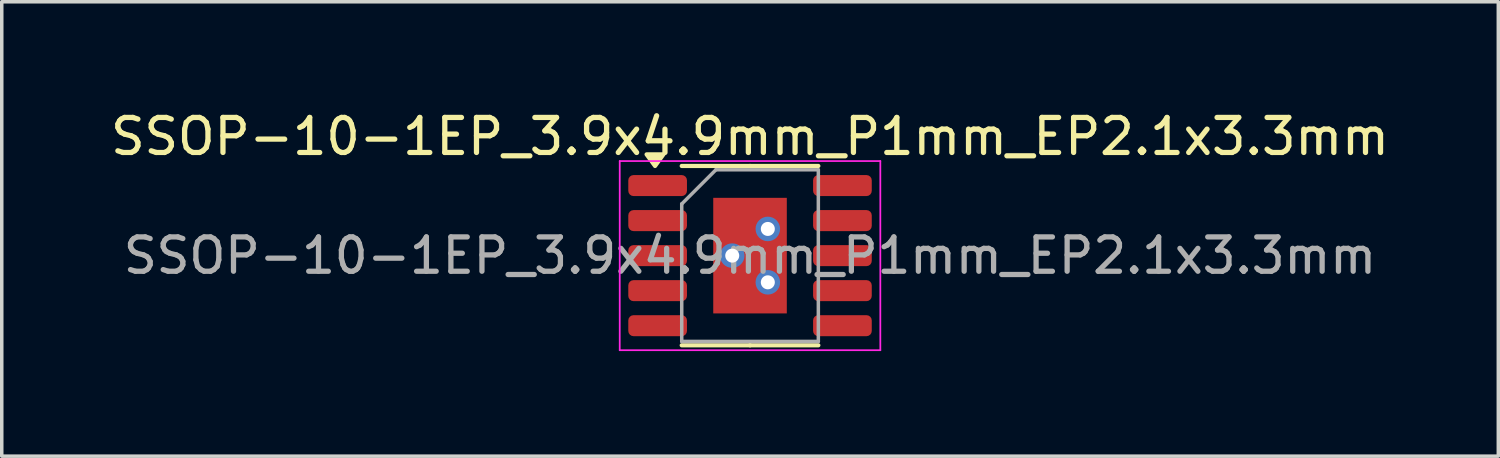
<source format=kicad_pcb>
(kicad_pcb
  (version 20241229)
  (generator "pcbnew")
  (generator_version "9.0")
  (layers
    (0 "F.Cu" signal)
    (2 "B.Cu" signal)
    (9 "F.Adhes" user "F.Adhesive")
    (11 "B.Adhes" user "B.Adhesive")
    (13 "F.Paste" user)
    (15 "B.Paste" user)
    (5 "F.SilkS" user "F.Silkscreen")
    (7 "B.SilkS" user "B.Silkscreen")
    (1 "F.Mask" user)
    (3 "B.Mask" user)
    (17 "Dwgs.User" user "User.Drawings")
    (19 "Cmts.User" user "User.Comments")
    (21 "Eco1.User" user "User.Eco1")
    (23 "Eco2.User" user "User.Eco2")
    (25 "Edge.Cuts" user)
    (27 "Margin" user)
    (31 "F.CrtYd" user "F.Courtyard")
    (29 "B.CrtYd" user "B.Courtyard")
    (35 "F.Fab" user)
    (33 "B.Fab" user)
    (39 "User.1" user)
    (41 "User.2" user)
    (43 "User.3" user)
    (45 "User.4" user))
  (footprint "SSOP-10-1EP_3.9x4.9mm_P1mm_EP2.1x3.3mm"
    (layer "F.Cu")
    (at 18.363 4.248)
    (property "Reference" "SSOP-10-1EP_3.9x4.9mm_P1mm_EP2.1x3.3mm" (at 0 -3.4 0) (layer "F.SilkS") (effects (font (size 1 1) (thickness 0.15))))
    (attr smd)
    (fp_line (start 0 -2.56) (end -1.95 -2.56) (stroke (width 0.12) (type solid)) (layer "F.SilkS"))
    (fp_line (start 0 -2.56) (end 1.95 -2.56) (stroke (width 0.12) (type solid)) (layer "F.SilkS"))
    (fp_line (start 0 2.56) (end -1.95 2.56) (stroke (width 0.12) (type solid)) (layer "F.SilkS"))
    (fp_line (start 0 2.56) (end 1.95 2.56) (stroke (width 0.12) (type solid)) (layer "F.SilkS"))
    (fp_poly (pts (xy -2.712 -2.56) (xy -2.953 -2.89) (xy -2.473 -2.89) (xy -2.712 -2.56)) (stroke (width 0.12) (type solid)) (fill yes) (layer "F.SilkS"))
    (fp_line (start -3.72 -2.7) (end -3.72 2.7) (stroke (width 0.05) (type solid)) (layer "F.CrtYd"))
    (fp_line (start -3.72 2.7) (end 3.72 2.7) (stroke (width 0.05) (type solid)) (layer "F.CrtYd"))
    (fp_line (start 3.72 -2.7) (end -3.72 -2.7) (stroke (width 0.05) (type solid)) (layer "F.CrtYd"))
    (fp_line (start 3.72 2.7) (end 3.72 -2.7) (stroke (width 0.05) (type solid)) (layer "F.CrtYd"))
    (fp_line (start -1.95 -1.475) (end -0.975 -2.45) (stroke (width 0.1) (type solid)) (layer "F.Fab"))
    (fp_line (start -1.95 2.45) (end -1.95 -1.475) (stroke (width 0.1) (type solid)) (layer "F.Fab"))
    (fp_line (start -0.975 -2.45) (end 1.95 -2.45) (stroke (width 0.1) (type solid)) (layer "F.Fab"))
    (fp_line (start 1.95 -2.45) (end 1.95 2.45) (stroke (width 0.1) (type solid)) (layer "F.Fab"))
    (fp_line (start 1.95 2.45) (end -1.95 2.45) (stroke (width 0.1) (type solid)) (layer "F.Fab"))
    (fp_text user "${REFERENCE}" (at 0 0 0) (layer "F.Fab") (effects (font (size 0.98 0.98) (thickness 0.15))))
    (pad "" smd roundrect (at 0 0) (size 1.69 2.66) (layers "F.Paste") (roundrect_rratio 0.148))
    (pad "1" smd roundrect (at -2.638 -2) (size 1.675 0.6) (layers "F.Cu" "F.Mask" "F.Paste") (roundrect_rratio 0.25))
    (pad "2" smd roundrect (at -2.638 -1) (size 1.675 0.6) (layers "F.Cu" "F.Mask" "F.Paste") (roundrect_rratio 0.25))
    (pad "3" smd roundrect (at -2.638 0) (size 1.675 0.6) (layers "F.Cu" "F.Mask" "F.Paste") (roundrect_rratio 0.25))
    (pad "4" smd roundrect (at -2.638 1) (size 1.675 0.6) (layers "F.Cu" "F.Mask" "F.Paste") (roundrect_rratio 0.25))
    (pad "5" smd roundrect (at -2.638 2) (size 1.675 0.6) (layers "F.Cu" "F.Mask" "F.Paste") (roundrect_rratio 0.25))
    (pad "6" smd roundrect (at 2.638 2) (size 1.675 0.6) (layers "F.Cu" "F.Mask" "F.Paste") (roundrect_rratio 0.25))
    (pad "7" smd roundrect (at 2.638 1) (size 1.675 0.6) (layers "F.Cu" "F.Mask" "F.Paste") (roundrect_rratio 0.25))
    (pad "8" smd roundrect (at 2.638 0) (size 1.675 0.6) (layers "F.Cu" "F.Mask" "F.Paste") (roundrect_rratio 0.25))
    (pad "9" smd roundrect (at 2.638 -1) (size 1.675 0.6) (layers "F.Cu" "F.Mask" "F.Paste") (roundrect_rratio 0.25))
    (pad "10" smd roundrect (at 2.638 -2) (size 1.675 0.6) (layers "F.Cu" "F.Mask" "F.Paste") (roundrect_rratio 0.25))
    (pad "11" thru_hole circle (at -0.508 0) (size 0.7 0.7) (drill 0.4) (layers "*.Cu"))
    (pad "11" smd rect (at 0 0) (size 2.1 3.3) (property pad_prop_heatsink) (layers "F.Cu" "F.Mask"))
    (pad "11" thru_hole circle (at 0.508 -0.762) (size 0.7 0.7) (drill 0.4) (layers "*.Cu"))
    (pad "11" thru_hole circle (at 0.508 0.762) (size 0.7 0.7) (drill 0.4) (layers "*.Cu")))
  (gr_rect
    (start -3 -3)
    (end 39.726 9.973)
    (stroke (width 0.1) (type default))
    (fill no)
    (layer "Edge.Cuts")))
</source>
